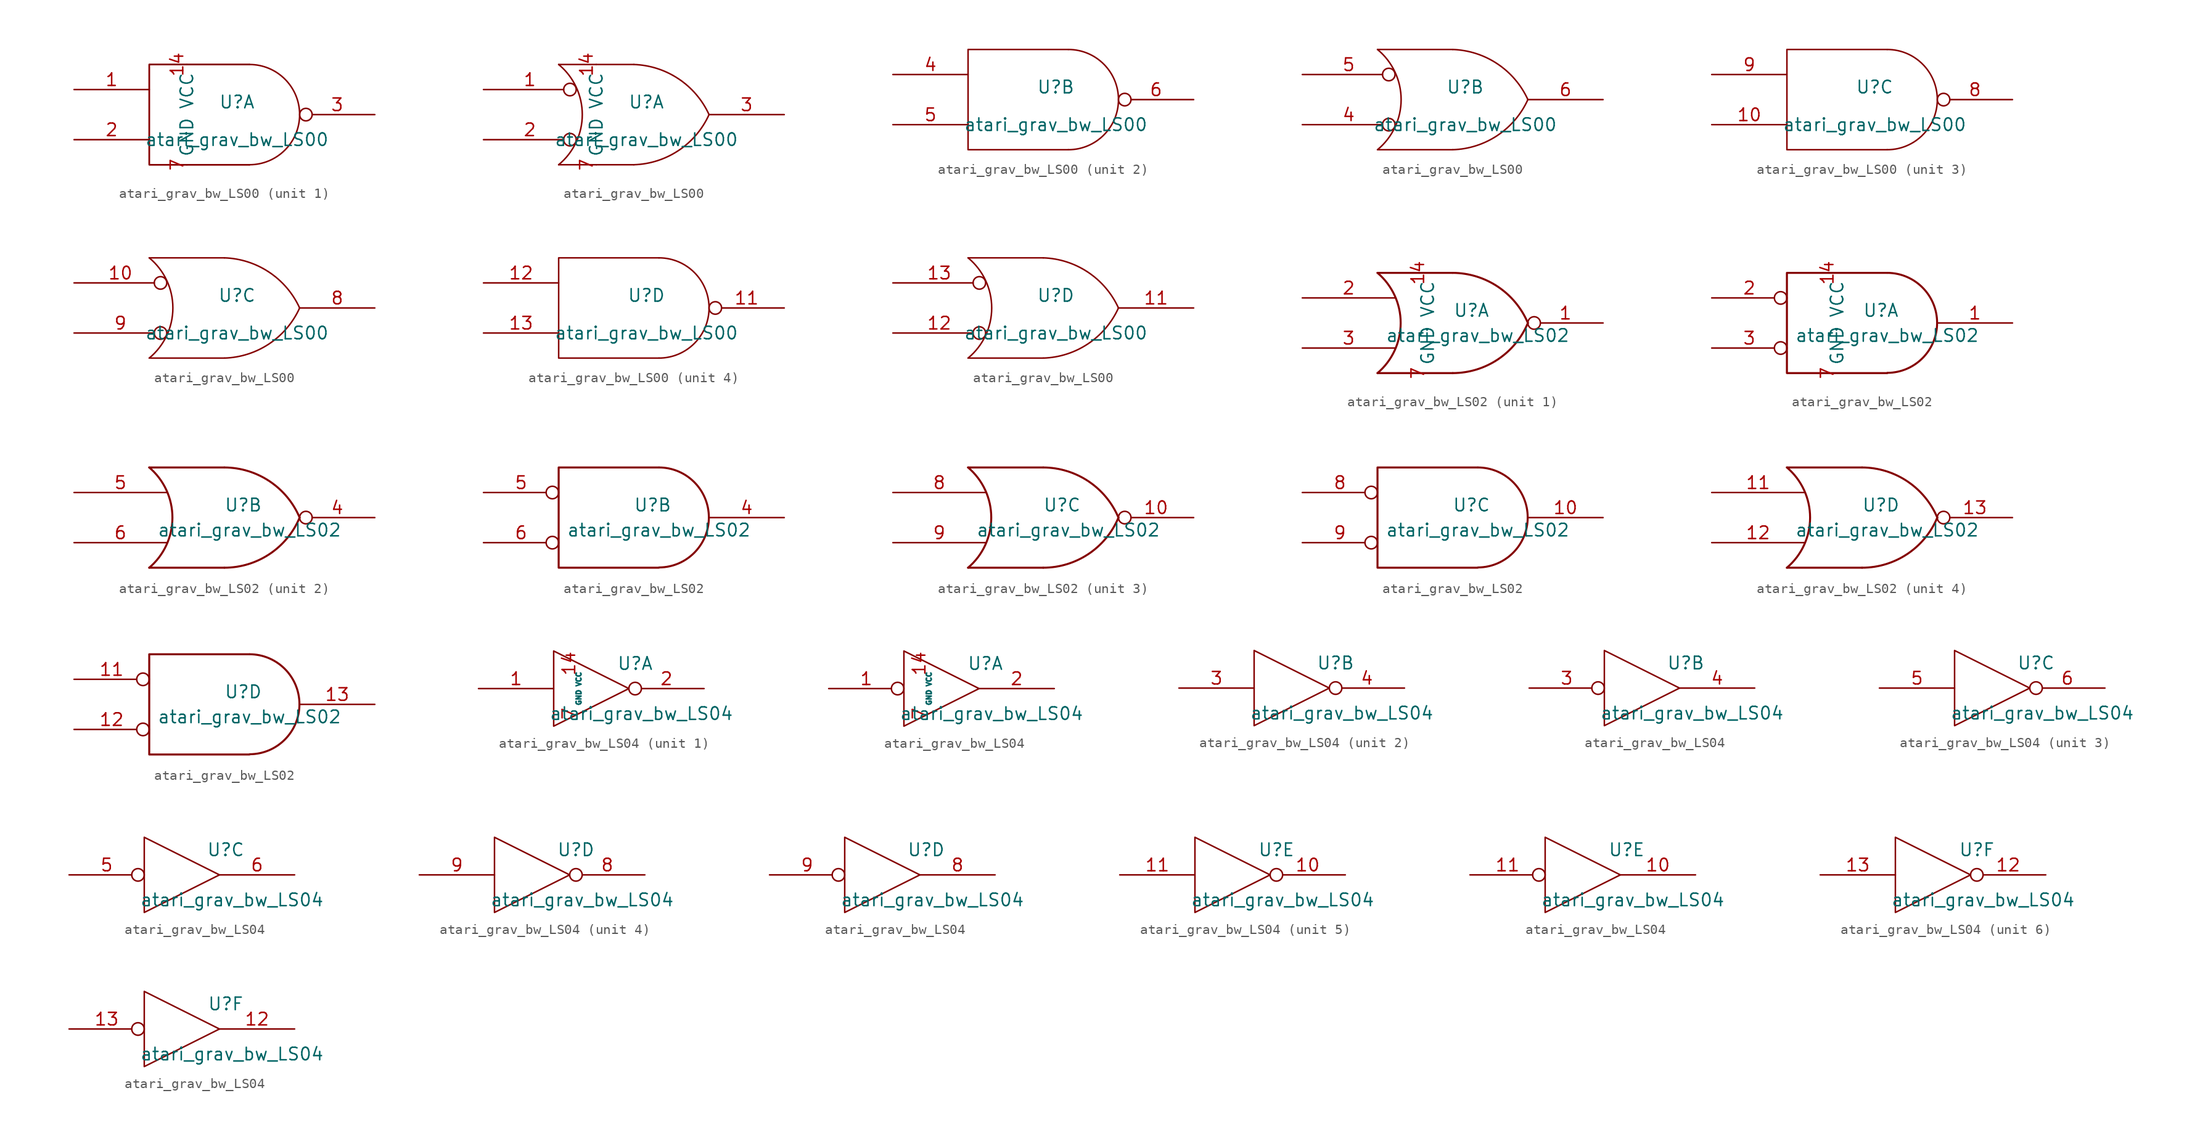
<source format=kicad_sym>
(kicad_symbol_lib
  (version 20211014)
  (generator kicad_symbol_editor)
  (symbol "atari_grav_bw_LS00"
    (pin_names
      (offset 0.762))
    (property "Reference" "U"
      (at 1.27 1.27 0)
      (effects (font (size 1.27 1.27))))
    (property "Value" "atari_grav_bw_LS00"
      (at 1.27 -2.54 0)
      (effects (font (size 1.27 1.27))))
    (symbol "atari_grav_bw_LS00_0_1"
      (polyline (pts (xy 2.54 5.08) (xy -7.62 5.08) (xy -7.62 -5.08) (xy 2.54 -5.08)) (stroke (width 0) (type default) (color 0 0 0 0)) (fill (type none)))
      (arc (start 2.54 -5.08) (mid 7.62 0) (end 2.54 5.08) (stroke (width 0) (type default) (color 0 0 0 0)) (fill (type none))))
    (symbol "atari_grav_bw_LS00_0_2"
      (arc (start -7.62 -5.08) (mid -5.2253 0) (end -7.62 5.08) (stroke (width 0) (type default) (color 0 0 0 0)) (fill (type none)))
      (arc (start 0 -5.08) (mid 4.5408 -3.6305) (end 7.62 0) (stroke (width 0) (type default) (color 0 0 0 0)) (fill (type none)))
      (polyline (pts (xy -7.62 -5.08) (xy 0 -5.08)) (stroke (width 0) (type default) (color 0 0 0 0)) (fill (type none)))
      (polyline (pts (xy -7.62 5.08) (xy 0 5.08)) (stroke (width 0) (type default) (color 0 0 0 0)) (fill (type none)))
      (arc (start 7.62 0) (mid 4.5343 3.6226) (end 0 5.08) (stroke (width 0) (type default) (color 0 0 0 0)) (fill (type none))))
    (symbol "atari_grav_bw_LS00_1_0"
      (pin power_in line (at -3.81 5.08 270) (length 0) (name "VCC" (effects (font (size 1.27 1.27)))) (number "14" (effects (font (size 1.27 1.27)))))
      (pin power_in line (at -3.81 -5.08 90) (length 0) (name "GND" (effects (font (size 1.27 1.27)))) (number "7" (effects (font (size 1.27 1.27))))))
    (symbol "atari_grav_bw_LS00_1_1"
      (polyline (pts (xy 2.54 5.08) (xy -7.62 5.08) (xy -7.62 -5.08) (xy 2.54 -5.08)) (stroke (width 0) (type default) (color 0 0 0 0)) (fill (type none)))
      (pin input line (at -15.24 2.54 0) (length 7.62) (name "~" (effects (font (size 1.27 1.27)))) (number "1" (effects (font (size 1.27 1.27)))))
      (pin input line (at -15.24 -2.54 0) (length 7.62) (name "~" (effects (font (size 1.27 1.27)))) (number "2" (effects (font (size 1.27 1.27)))))
      (pin output inverted (at 15.24 0 180) (length 7.62) (name "~" (effects (font (size 1.27 1.27)))) (number "3" (effects (font (size 1.27 1.27))))))
    (symbol "atari_grav_bw_LS00_1_2"
      (pin input inverted (at -15.24 2.54 0) (length 9.398) (name "~" (effects (font (size 1.27 1.27)))) (number "1" (effects (font (size 1.27 1.27)))))
      (pin input inverted (at -15.24 -2.54 0) (length 9.398) (name "~" (effects (font (size 1.27 1.27)))) (number "2" (effects (font (size 1.27 1.27)))))
      (pin output line (at 15.24 0 180) (length 7.62) (name "~" (effects (font (size 1.27 1.27)))) (number "3" (effects (font (size 1.27 1.27))))))
    (symbol "atari_grav_bw_LS00_2_1"
      (pin input line (at -15.24 2.54 0) (length 7.62) (name "~" (effects (font (size 1.27 1.27)))) (number "4" (effects (font (size 1.27 1.27)))))
      (pin input line (at -15.24 -2.54 0) (length 7.62) (name "~" (effects (font (size 1.27 1.27)))) (number "5" (effects (font (size 1.27 1.27)))))
      (pin output inverted (at 15.24 0 180) (length 7.62) (name "~" (effects (font (size 1.27 1.27)))) (number "6" (effects (font (size 1.27 1.27))))))
    (symbol "atari_grav_bw_LS00_2_2"
      (pin input inverted (at -15.24 -2.54 0) (length 9.398) (name "~" (effects (font (size 1.27 1.27)))) (number "4" (effects (font (size 1.27 1.27)))))
      (pin input inverted (at -15.24 2.54 0) (length 9.398) (name "~" (effects (font (size 1.27 1.27)))) (number "5" (effects (font (size 1.27 1.27)))))
      (pin output line (at 15.24 0 180) (length 7.62) (name "~" (effects (font (size 1.27 1.27)))) (number "6" (effects (font (size 1.27 1.27))))))
    (symbol "atari_grav_bw_LS00_3_1"
      (pin input line (at -15.24 -2.54 0) (length 7.62) (name "~" (effects (font (size 1.27 1.27)))) (number "10" (effects (font (size 1.27 1.27)))))
      (pin output inverted (at 15.24 0 180) (length 7.62) (name "~" (effects (font (size 1.27 1.27)))) (number "8" (effects (font (size 1.27 1.27)))))
      (pin input line (at -15.24 2.54 0) (length 7.62) (name "~" (effects (font (size 1.27 1.27)))) (number "9" (effects (font (size 1.27 1.27))))))
    (symbol "atari_grav_bw_LS00_3_2"
      (pin input inverted (at -15.24 2.54 0) (length 9.398) (name "~" (effects (font (size 1.27 1.27)))) (number "10" (effects (font (size 1.27 1.27)))))
      (pin output line (at 15.24 0 180) (length 7.62) (name "~" (effects (font (size 1.27 1.27)))) (number "8" (effects (font (size 1.27 1.27)))))
      (pin input inverted (at -15.24 -2.54 0) (length 9.398) (name "~" (effects (font (size 1.27 1.27)))) (number "9" (effects (font (size 1.27 1.27))))))
    (symbol "atari_grav_bw_LS00_4_1"
      (pin output inverted (at 15.24 0 180) (length 7.62) (name "~" (effects (font (size 1.27 1.27)))) (number "11" (effects (font (size 1.27 1.27)))))
      (pin input line (at -15.24 2.54 0) (length 7.62) (name "~" (effects (font (size 1.27 1.27)))) (number "12" (effects (font (size 1.27 1.27)))))
      (pin input line (at -15.24 -2.54 0) (length 7.62) (name "~" (effects (font (size 1.27 1.27)))) (number "13" (effects (font (size 1.27 1.27))))))
    (symbol "atari_grav_bw_LS00_4_2"
      (pin output line (at 15.24 0 180) (length 7.62) (name "~" (effects (font (size 1.27 1.27)))) (number "11" (effects (font (size 1.27 1.27)))))
      (pin input inverted (at -15.24 -2.54 0) (length 9.398) (name "~" (effects (font (size 1.27 1.27)))) (number "12" (effects (font (size 1.27 1.27)))))
      (pin input inverted (at -15.24 2.54 0) (length 9.398) (name "~" (effects (font (size 1.27 1.27)))) (number "13" (effects (font (size 1.27 1.27)))))))
  (symbol "atari_grav_bw_LS02"
    (pin_names
      (offset 0.762))
    (property "Reference" "U"
      (at 1.905 1.27 0)
      (effects (font (size 1.27 1.27))))
    (property "Value" "atari_grav_bw_LS02"
      (at 2.54 -1.27 0)
      (effects (font (size 1.27 1.27))))
    (symbol "atari_grav_bw_LS02_0_1"
      (arc (start -7.62 -5.08) (mid -5.2708 0) (end -7.62 5.08) (stroke (width 0.2032) (type default) (color 0 0 0 0)) (fill (type none)))
      (arc (start 0 -5.08) (mid 4.5812 -3.6906) (end 7.62 0) (stroke (width 0.2032) (type default) (color 0 0 0 0)) (fill (type none)))
      (polyline (pts (xy -7.62 -5.08) (xy 0 -5.08)) (stroke (width 0.203) (type default) (color 0 0 0 0)) (fill (type none)))
      (polyline (pts (xy -7.62 5.08) (xy 0 5.08)) (stroke (width 0.203) (type default) (color 0 0 0 0)) (fill (type none)))
      (arc (start 7.62 0) (mid 4.5727 3.6819) (end 0 5.08) (stroke (width 0.2032) (type default) (color 0 0 0 0)) (fill (type none))))
    (symbol "atari_grav_bw_LS02_0_2"
      (polyline (pts (xy 2.54 5.08) (xy -7.62 5.08) (xy -7.62 -5.08) (xy 2.54 -5.08)) (stroke (width 0.203) (type default) (color 0 0 0 0)) (fill (type none)))
      (arc (start 2.5654 -5.0546) (mid 7.5947 0.0001) (end 2.5654 5.08) (stroke (width 0.2032) (type default) (color 0 0 0 0)) (fill (type none))))
    (symbol "atari_grav_bw_LS02_1_0"
      (pin power_in line (at -2.54 5.08 270) (length 0) (name "VCC" (effects (font (size 1.27 1.27)))) (number "14" (effects (font (size 1.27 1.27)))))
      (pin power_in line (at -2.54 -5.08 90) (length 0) (name "GND" (effects (font (size 1.27 1.27)))) (number "7" (effects (font (size 1.27 1.27))))))
    (symbol "atari_grav_bw_LS02_1_1"
      (pin output inverted (at 15.24 0 180) (length 7.62) (name "~" (effects (font (size 1.27 1.27)))) (number "1" (effects (font (size 1.27 1.27)))))
      (pin input line (at -15.24 2.54 0) (length 9.398) (name "~" (effects (font (size 1.27 1.27)))) (number "2" (effects (font (size 1.27 1.27)))))
      (pin input line (at -15.24 -2.54 0) (length 9.398) (name "~" (effects (font (size 1.27 1.27)))) (number "3" (effects (font (size 1.27 1.27))))))
    (symbol "atari_grav_bw_LS02_1_2"
      (pin output line (at 15.24 0 180) (length 7.62) (name "~" (effects (font (size 1.27 1.27)))) (number "1" (effects (font (size 1.27 1.27)))))
      (pin input inverted (at -15.24 2.54 0) (length 7.62) (name "~" (effects (font (size 1.27 1.27)))) (number "2" (effects (font (size 1.27 1.27)))))
      (pin input inverted (at -15.24 -2.54 0) (length 7.62) (name "~" (effects (font (size 1.27 1.27)))) (number "3" (effects (font (size 1.27 1.27))))))
    (symbol "atari_grav_bw_LS02_2_1"
      (pin output inverted (at 15.24 0 180) (length 7.62) (name "~" (effects (font (size 1.27 1.27)))) (number "4" (effects (font (size 1.27 1.27)))))
      (pin input line (at -15.24 2.54 0) (length 9.398) (name "~" (effects (font (size 1.27 1.27)))) (number "5" (effects (font (size 1.27 1.27)))))
      (pin input line (at -15.24 -2.54 0) (length 9.398) (name "~" (effects (font (size 1.27 1.27)))) (number "6" (effects (font (size 1.27 1.27))))))
    (symbol "atari_grav_bw_LS02_2_2"
      (pin output line (at 15.24 0 180) (length 7.62) (name "~" (effects (font (size 1.27 1.27)))) (number "4" (effects (font (size 1.27 1.27)))))
      (pin input inverted (at -15.24 2.54 0) (length 7.62) (name "~" (effects (font (size 1.27 1.27)))) (number "5" (effects (font (size 1.27 1.27)))))
      (pin input inverted (at -15.24 -2.54 0) (length 7.62) (name "~" (effects (font (size 1.27 1.27)))) (number "6" (effects (font (size 1.27 1.27))))))
    (symbol "atari_grav_bw_LS02_3_1"
      (pin output inverted (at 15.24 0 180) (length 7.62) (name "~" (effects (font (size 1.27 1.27)))) (number "10" (effects (font (size 1.27 1.27)))))
      (pin input line (at -15.24 2.54 0) (length 9.398) (name "~" (effects (font (size 1.27 1.27)))) (number "8" (effects (font (size 1.27 1.27)))))
      (pin input line (at -15.24 -2.54 0) (length 9.398) (name "~" (effects (font (size 1.27 1.27)))) (number "9" (effects (font (size 1.27 1.27))))))
    (symbol "atari_grav_bw_LS02_3_2"
      (pin output line (at 15.24 0 180) (length 7.62) (name "~" (effects (font (size 1.27 1.27)))) (number "10" (effects (font (size 1.27 1.27)))))
      (pin input inverted (at -15.24 2.54 0) (length 7.62) (name "~" (effects (font (size 1.27 1.27)))) (number "8" (effects (font (size 1.27 1.27)))))
      (pin input inverted (at -15.24 -2.54 0) (length 7.62) (name "~" (effects (font (size 1.27 1.27)))) (number "9" (effects (font (size 1.27 1.27))))))
    (symbol "atari_grav_bw_LS02_4_1"
      (pin input line (at -15.24 2.54 0) (length 9.398) (name "~" (effects (font (size 1.27 1.27)))) (number "11" (effects (font (size 1.27 1.27)))))
      (pin input line (at -15.24 -2.54 0) (length 9.398) (name "~" (effects (font (size 1.27 1.27)))) (number "12" (effects (font (size 1.27 1.27)))))
      (pin output inverted (at 15.24 0 180) (length 7.62) (name "~" (effects (font (size 1.27 1.27)))) (number "13" (effects (font (size 1.27 1.27))))))
    (symbol "atari_grav_bw_LS02_4_2"
      (pin input inverted (at -15.24 2.54 0) (length 7.62) (name "~" (effects (font (size 1.27 1.27)))) (number "11" (effects (font (size 1.27 1.27)))))
      (pin input inverted (at -15.24 -2.54 0) (length 7.62) (name "~" (effects (font (size 1.27 1.27)))) (number "12" (effects (font (size 1.27 1.27)))))
      (pin output line (at 15.24 0 180) (length 7.62) (name "~" (effects (font (size 1.27 1.27)))) (number "13" (effects (font (size 1.27 1.27)))))))
  (symbol "atari_grav_bw_LS04"
    (pin_names
      (offset 0.762))
    (property "Reference" "U"
      (at 4.445 2.54 0)
      (effects (font (size 1.27 1.27))))
    (property "Value" "atari_grav_bw_LS04"
      (at 5.08 -2.54 0)
      (effects (font (size 1.27 1.27))))
    (symbol "atari_grav_bw_LS04_0_0"
      (polyline (pts (xy -3.81 3.81) (xy -3.81 -3.81) (xy 3.81 0) (xy -3.81 3.81)) (stroke (width 0) (type default) (color 0 0 0 0)) (fill (type none))))
    (symbol "atari_grav_bw_LS04_1_0"
      (pin power_in line (at -1.27 2.54 270) (length 0) (name "VCC" (effects (font (size 0.508 0.508)))) (number "14" (effects (font (size 1.27 1.27)))))
      (pin power_in line (at -1.27 -2.54 90) (length 0) (name "GND" (effects (font (size 0.508 0.508)))) (number "7" (effects (font (size 1.27 1.27))))))
    (symbol "atari_grav_bw_LS04_1_1"
      (pin input line (at -11.43 0 0) (length 7.62) (name "~" (effects (font (size 1.27 1.27)))) (number "1" (effects (font (size 1.27 1.27)))))
      (pin output inverted (at 11.43 0 180) (length 7.62) (name "~" (effects (font (size 1.27 1.27)))) (number "2" (effects (font (size 1.27 1.27))))))
    (symbol "atari_grav_bw_LS04_1_2"
      (pin input inverted (at -11.43 0 0) (length 7.62) (name "~" (effects (font (size 1.27 1.27)))) (number "1" (effects (font (size 1.27 1.27)))))
      (pin output line (at 11.43 0 180) (length 7.62) (name "~" (effects (font (size 1.27 1.27)))) (number "2" (effects (font (size 1.27 1.27))))))
    (symbol "atari_grav_bw_LS04_2_1"
      (pin input line (at -11.43 0 0) (length 7.62) (name "~" (effects (font (size 1.27 1.27)))) (number "3" (effects (font (size 1.27 1.27)))))
      (pin output inverted (at 11.43 0 180) (length 7.62) (name "~" (effects (font (size 1.27 1.27)))) (number "4" (effects (font (size 1.27 1.27))))))
    (symbol "atari_grav_bw_LS04_2_2"
      (pin input inverted (at -11.43 0 0) (length 7.62) (name "~" (effects (font (size 1.27 1.27)))) (number "3" (effects (font (size 1.27 1.27)))))
      (pin output line (at 11.43 0 180) (length 7.62) (name "~" (effects (font (size 1.27 1.27)))) (number "4" (effects (font (size 1.27 1.27))))))
    (symbol "atari_grav_bw_LS04_3_1"
      (pin input line (at -11.43 0 0) (length 7.62) (name "~" (effects (font (size 1.27 1.27)))) (number "5" (effects (font (size 1.27 1.27)))))
      (pin output inverted (at 11.43 0 180) (length 7.62) (name "~" (effects (font (size 1.27 1.27)))) (number "6" (effects (font (size 1.27 1.27))))))
    (symbol "atari_grav_bw_LS04_3_2"
      (pin input inverted (at -11.43 0 0) (length 7.62) (name "~" (effects (font (size 1.27 1.27)))) (number "5" (effects (font (size 1.27 1.27)))))
      (pin output line (at 11.43 0 180) (length 7.62) (name "~" (effects (font (size 1.27 1.27)))) (number "6" (effects (font (size 1.27 1.27))))))
    (symbol "atari_grav_bw_LS04_4_1"
      (pin output inverted (at 11.43 0 180) (length 7.62) (name "~" (effects (font (size 1.27 1.27)))) (number "8" (effects (font (size 1.27 1.27)))))
      (pin input line (at -11.43 0 0) (length 7.62) (name "~" (effects (font (size 1.27 1.27)))) (number "9" (effects (font (size 1.27 1.27))))))
    (symbol "atari_grav_bw_LS04_4_2"
      (pin output line (at 11.43 0 180) (length 7.62) (name "~" (effects (font (size 1.27 1.27)))) (number "8" (effects (font (size 1.27 1.27)))))
      (pin input inverted (at -11.43 0 0) (length 7.62) (name "~" (effects (font (size 1.27 1.27)))) (number "9" (effects (font (size 1.27 1.27))))))
    (symbol "atari_grav_bw_LS04_5_1"
      (pin output inverted (at 11.43 0 180) (length 7.62) (name "~" (effects (font (size 1.27 1.27)))) (number "10" (effects (font (size 1.27 1.27)))))
      (pin input line (at -11.43 0 0) (length 7.62) (name "~" (effects (font (size 1.27 1.27)))) (number "11" (effects (font (size 1.27 1.27))))))
    (symbol "atari_grav_bw_LS04_5_2"
      (pin output line (at 11.43 0 180) (length 7.62) (name "~" (effects (font (size 1.27 1.27)))) (number "10" (effects (font (size 1.27 1.27)))))
      (pin input inverted (at -11.43 0 0) (length 7.62) (name "~" (effects (font (size 1.27 1.27)))) (number "11" (effects (font (size 1.27 1.27))))))
    (symbol "atari_grav_bw_LS04_6_1"
      (pin output inverted (at 11.43 0 180) (length 7.62) (name "~" (effects (font (size 1.27 1.27)))) (number "12" (effects (font (size 1.27 1.27)))))
      (pin input line (at -11.43 0 0) (length 7.62) (name "~" (effects (font (size 1.27 1.27)))) (number "13" (effects (font (size 1.27 1.27))))))
    (symbol "atari_grav_bw_LS04_6_2"
      (pin output line (at 11.43 0 180) (length 7.62) (name "~" (effects (font (size 1.27 1.27)))) (number "12" (effects (font (size 1.27 1.27)))))
      (pin input inverted (at -11.43 0 0) (length 7.62) (name "~" (effects (font (size 1.27 1.27)))) (number "13" (effects (font (size 1.27 1.27))))))))
</source>
